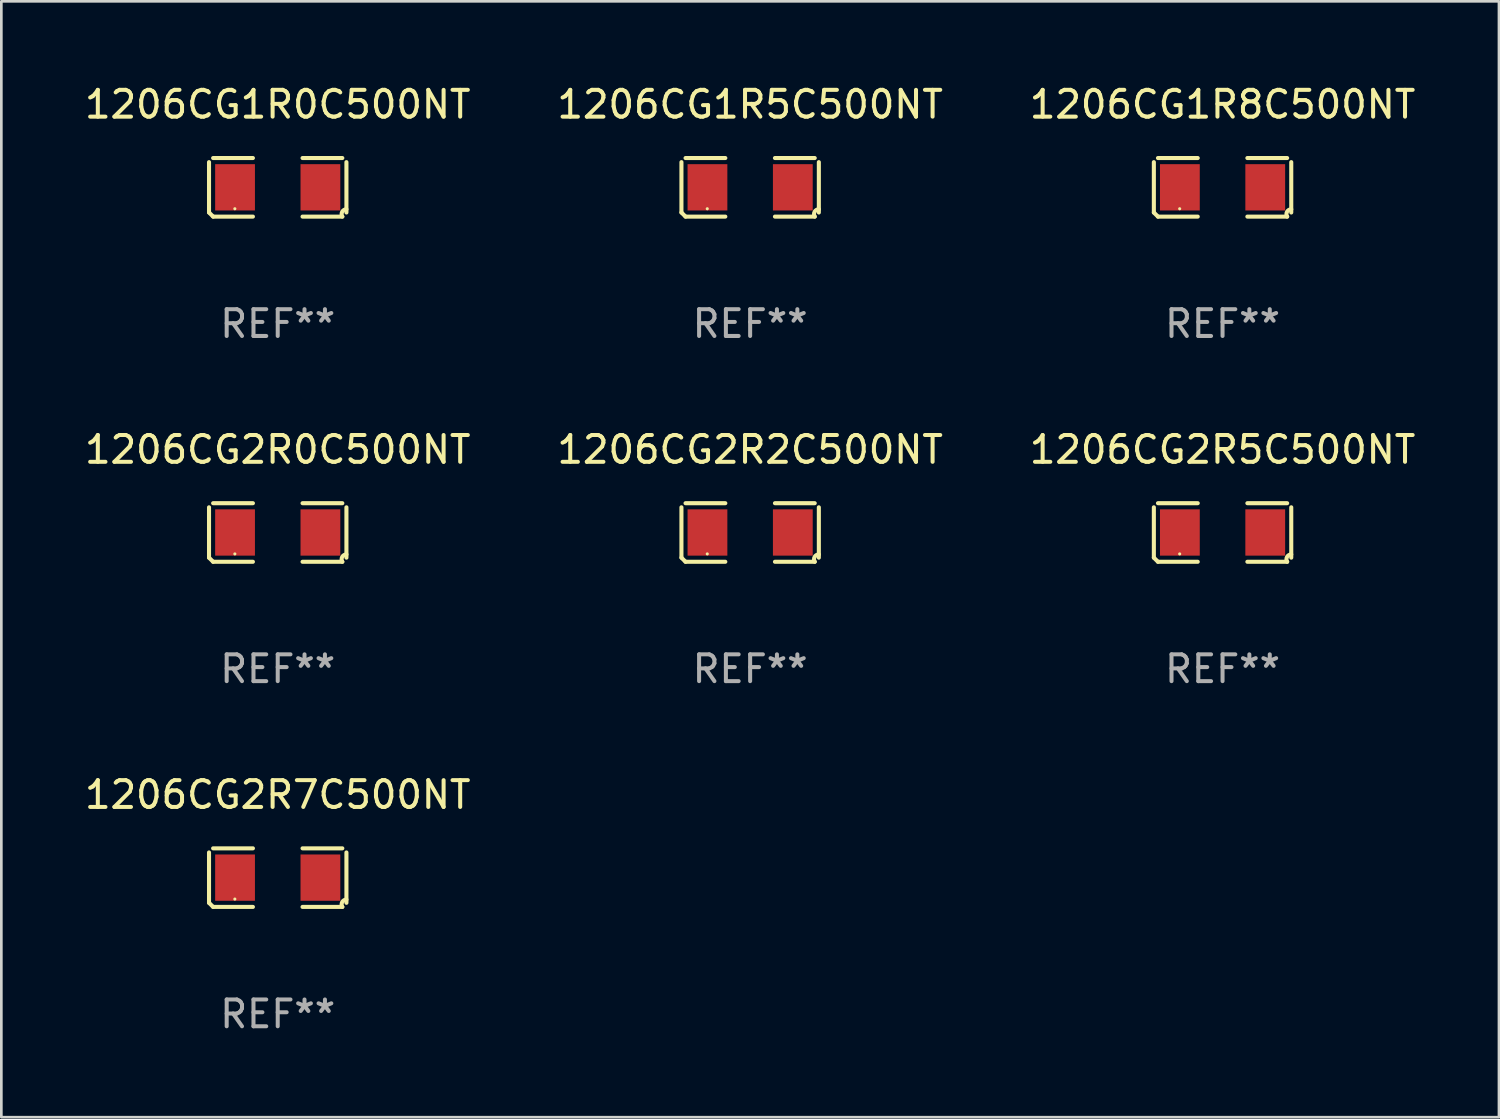
<source format=kicad_pcb>
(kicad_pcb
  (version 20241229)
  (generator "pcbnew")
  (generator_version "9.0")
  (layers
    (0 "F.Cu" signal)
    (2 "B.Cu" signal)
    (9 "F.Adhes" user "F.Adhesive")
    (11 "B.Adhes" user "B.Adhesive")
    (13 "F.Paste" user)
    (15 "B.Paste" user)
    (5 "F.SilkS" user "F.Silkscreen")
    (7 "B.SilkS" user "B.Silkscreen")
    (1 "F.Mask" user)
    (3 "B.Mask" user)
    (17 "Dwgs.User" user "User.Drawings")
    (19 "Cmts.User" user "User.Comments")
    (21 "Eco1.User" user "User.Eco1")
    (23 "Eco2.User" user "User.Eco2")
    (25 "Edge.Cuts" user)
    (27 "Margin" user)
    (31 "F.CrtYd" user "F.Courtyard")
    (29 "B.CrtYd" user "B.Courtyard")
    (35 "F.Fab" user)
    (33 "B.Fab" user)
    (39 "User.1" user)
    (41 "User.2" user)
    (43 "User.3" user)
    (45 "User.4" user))
  (footprint "1206CG1R0C500NT"
    (layer "F.Cu")
    (at 7.315 3.941)
    (property "Reference" "1206CG1R0C500NT" (at 0 -3.093 0) (layer "F.SilkS") (effects (font (size 1 1) (thickness 0.15))))
    (attr through_hole)
    (fp_line (start -2.564 0.94) (end -2.564 -0.94) (stroke (width 0.152) (type solid)) (layer "F.SilkS"))
    (fp_line (start -2.411 -1.093) (end -0.926 -1.093) (stroke (width 0.152) (type solid)) (layer "F.SilkS"))
    (fp_line (start -0.926 1.093) (end -2.411 1.093) (stroke (width 0.152) (type solid)) (layer "F.SilkS"))
    (fp_line (start 0.926 1.093) (end 2.411 1.093) (stroke (width 0.152) (type solid)) (layer "F.SilkS"))
    (fp_line (start 2.411 -1.093) (end 0.926 -1.093) (stroke (width 0.152) (type solid)) (layer "F.SilkS"))
    (fp_line (start 2.564 0.94) (end 2.564 -0.94) (stroke (width 0.152) (type solid)) (layer "F.SilkS"))
    (fp_arc (start -2.411201 1.092609) (mid -2.487413 1.01642) (end -2.563602 0.940208) (stroke (width 0.1524) (type solid)) (layer "F.SilkS"))
    (fp_arc (start 2.411201 1.092609) (mid 2.407159 0.911226) (end 2.563602 0.819347) (stroke (width 0.1524) (type solid)) (layer "F.SilkS"))
    (fp_circle (center -1.6 0.8) (end -1.57 0.8) (stroke (width 0.06) (type solid)) (fill no) (layer "F.SilkS"))
    (fp_text user "REF**" (at 0 5.093 0) (layer "F.Fab") (effects (font (size 1 1) (thickness 0.15))))
    (pad "1" smd rect (at -1.593 0) (size 1.485 1.728) (layers "F.Cu" "F.Mask" "F.Paste"))
    (pad "2" smd rect (at 1.593 0) (size 1.485 1.728) (layers "F.Cu" "F.Mask" "F.Paste")))
  (footprint "1206CG2R5C500NT"
    (layer "F.Cu")
    (at 42.577 16.823)
    (property "Reference" "1206CG2R5C500NT" (at 0 -3.093 0) (layer "F.SilkS") (effects (font (size 1 1) (thickness 0.15))))
    (attr through_hole)
    (fp_line (start -2.564 0.94) (end -2.564 -0.94) (stroke (width 0.152) (type solid)) (layer "F.SilkS"))
    (fp_line (start -2.411 -1.093) (end -0.926 -1.093) (stroke (width 0.152) (type solid)) (layer "F.SilkS"))
    (fp_line (start -0.926 1.093) (end -2.411 1.093) (stroke (width 0.152) (type solid)) (layer "F.SilkS"))
    (fp_line (start 0.926 1.093) (end 2.411 1.093) (stroke (width 0.152) (type solid)) (layer "F.SilkS"))
    (fp_line (start 2.411 -1.093) (end 0.926 -1.093) (stroke (width 0.152) (type solid)) (layer "F.SilkS"))
    (fp_line (start 2.564 0.94) (end 2.564 -0.94) (stroke (width 0.152) (type solid)) (layer "F.SilkS"))
    (fp_arc (start -2.411201 1.092609) (mid -2.487413 1.01642) (end -2.563602 0.940208) (stroke (width 0.1524) (type solid)) (layer "F.SilkS"))
    (fp_arc (start 2.411201 1.092609) (mid 2.407159 0.911226) (end 2.563602 0.819347) (stroke (width 0.1524) (type solid)) (layer "F.SilkS"))
    (fp_circle (center -1.6 0.8) (end -1.57 0.8) (stroke (width 0.06) (type solid)) (fill no) (layer "F.SilkS"))
    (fp_text user "REF**" (at 0 5.093 0) (layer "F.Fab") (effects (font (size 1 1) (thickness 0.15))))
    (pad "1" smd rect (at -1.593 0) (size 1.485 1.728) (layers "F.Cu" "F.Mask" "F.Paste"))
    (pad "2" smd rect (at 1.593 0) (size 1.485 1.728) (layers "F.Cu" "F.Mask" "F.Paste")))
  (footprint "1206CG2R7C500NT"
    (layer "F.Cu")
    (at 7.315 29.704)
    (property "Reference" "1206CG2R7C500NT" (at 0 -3.093 0) (layer "F.SilkS") (effects (font (size 1 1) (thickness 0.15))))
    (attr through_hole)
    (fp_line (start -2.564 0.94) (end -2.564 -0.94) (stroke (width 0.152) (type solid)) (layer "F.SilkS"))
    (fp_line (start -2.411 -1.093) (end -0.926 -1.093) (stroke (width 0.152) (type solid)) (layer "F.SilkS"))
    (fp_line (start -0.926 1.093) (end -2.411 1.093) (stroke (width 0.152) (type solid)) (layer "F.SilkS"))
    (fp_line (start 0.926 1.093) (end 2.411 1.093) (stroke (width 0.152) (type solid)) (layer "F.SilkS"))
    (fp_line (start 2.411 -1.093) (end 0.926 -1.093) (stroke (width 0.152) (type solid)) (layer "F.SilkS"))
    (fp_line (start 2.564 0.94) (end 2.564 -0.94) (stroke (width 0.152) (type solid)) (layer "F.SilkS"))
    (fp_arc (start -2.411201 1.092609) (mid -2.487413 1.01642) (end -2.563602 0.940208) (stroke (width 0.1524) (type solid)) (layer "F.SilkS"))
    (fp_arc (start 2.411201 1.092609) (mid 2.407159 0.911226) (end 2.563602 0.819347) (stroke (width 0.1524) (type solid)) (layer "F.SilkS"))
    (fp_circle (center -1.6 0.8) (end -1.57 0.8) (stroke (width 0.06) (type solid)) (fill no) (layer "F.SilkS"))
    (fp_text user "REF**" (at 0 5.093 0) (layer "F.Fab") (effects (font (size 1 1) (thickness 0.15))))
    (pad "1" smd rect (at -1.593 0) (size 1.485 1.728) (layers "F.Cu" "F.Mask" "F.Paste"))
    (pad "2" smd rect (at 1.593 0) (size 1.485 1.728) (layers "F.Cu" "F.Mask" "F.Paste")))
  (footprint "1206CG1R5C500NT"
    (layer "F.Cu")
    (at 24.946 3.941)
    (property "Reference" "1206CG1R5C500NT" (at 0 -3.093 0) (layer "F.SilkS") (effects (font (size 1 1) (thickness 0.15))))
    (attr through_hole)
    (fp_line (start -2.564 0.94) (end -2.564 -0.94) (stroke (width 0.152) (type solid)) (layer "F.SilkS"))
    (fp_line (start -2.411 -1.093) (end -0.926 -1.093) (stroke (width 0.152) (type solid)) (layer "F.SilkS"))
    (fp_line (start -0.926 1.093) (end -2.411 1.093) (stroke (width 0.152) (type solid)) (layer "F.SilkS"))
    (fp_line (start 0.926 1.093) (end 2.411 1.093) (stroke (width 0.152) (type solid)) (layer "F.SilkS"))
    (fp_line (start 2.411 -1.093) (end 0.926 -1.093) (stroke (width 0.152) (type solid)) (layer "F.SilkS"))
    (fp_line (start 2.564 0.94) (end 2.564 -0.94) (stroke (width 0.152) (type solid)) (layer "F.SilkS"))
    (fp_arc (start -2.411201 1.092609) (mid -2.487413 1.01642) (end -2.563602 0.940208) (stroke (width 0.1524) (type solid)) (layer "F.SilkS"))
    (fp_arc (start 2.411201 1.092609) (mid 2.407159 0.911226) (end 2.563602 0.819347) (stroke (width 0.1524) (type solid)) (layer "F.SilkS"))
    (fp_circle (center -1.6 0.8) (end -1.57 0.8) (stroke (width 0.06) (type solid)) (fill no) (layer "F.SilkS"))
    (fp_text user "REF**" (at 0 5.093 0) (layer "F.Fab") (effects (font (size 1 1) (thickness 0.15))))
    (pad "1" smd rect (at -1.593 0) (size 1.485 1.728) (layers "F.Cu" "F.Mask" "F.Paste"))
    (pad "2" smd rect (at 1.593 0) (size 1.485 1.728) (layers "F.Cu" "F.Mask" "F.Paste")))
  (footprint "1206CG1R8C500NT"
    (layer "F.Cu")
    (at 42.577 3.941)
    (property "Reference" "1206CG1R8C500NT" (at 0 -3.093 0) (layer "F.SilkS") (effects (font (size 1 1) (thickness 0.15))))
    (attr through_hole)
    (fp_line (start -2.564 0.94) (end -2.564 -0.94) (stroke (width 0.152) (type solid)) (layer "F.SilkS"))
    (fp_line (start -2.411 -1.093) (end -0.926 -1.093) (stroke (width 0.152) (type solid)) (layer "F.SilkS"))
    (fp_line (start -0.926 1.093) (end -2.411 1.093) (stroke (width 0.152) (type solid)) (layer "F.SilkS"))
    (fp_line (start 0.926 1.093) (end 2.411 1.093) (stroke (width 0.152) (type solid)) (layer "F.SilkS"))
    (fp_line (start 2.411 -1.093) (end 0.926 -1.093) (stroke (width 0.152) (type solid)) (layer "F.SilkS"))
    (fp_line (start 2.564 0.94) (end 2.564 -0.94) (stroke (width 0.152) (type solid)) (layer "F.SilkS"))
    (fp_arc (start -2.411201 1.092609) (mid -2.487413 1.01642) (end -2.563602 0.940208) (stroke (width 0.1524) (type solid)) (layer "F.SilkS"))
    (fp_arc (start 2.411201 1.092609) (mid 2.407159 0.911226) (end 2.563602 0.819347) (stroke (width 0.1524) (type solid)) (layer "F.SilkS"))
    (fp_circle (center -1.6 0.8) (end -1.57 0.8) (stroke (width 0.06) (type solid)) (fill no) (layer "F.SilkS"))
    (fp_text user "REF**" (at 0 5.093 0) (layer "F.Fab") (effects (font (size 1 1) (thickness 0.15))))
    (pad "1" smd rect (at -1.593 0) (size 1.485 1.728) (layers "F.Cu" "F.Mask" "F.Paste"))
    (pad "2" smd rect (at 1.593 0) (size 1.485 1.728) (layers "F.Cu" "F.Mask" "F.Paste")))
  (footprint "1206CG2R2C500NT"
    (layer "F.Cu")
    (at 24.946 16.823)
    (property "Reference" "1206CG2R2C500NT" (at 0 -3.093 0) (layer "F.SilkS") (effects (font (size 1 1) (thickness 0.15))))
    (attr through_hole)
    (fp_line (start -2.564 0.94) (end -2.564 -0.94) (stroke (width 0.152) (type solid)) (layer "F.SilkS"))
    (fp_line (start -2.411 -1.093) (end -0.926 -1.093) (stroke (width 0.152) (type solid)) (layer "F.SilkS"))
    (fp_line (start -0.926 1.093) (end -2.411 1.093) (stroke (width 0.152) (type solid)) (layer "F.SilkS"))
    (fp_line (start 0.926 1.093) (end 2.411 1.093) (stroke (width 0.152) (type solid)) (layer "F.SilkS"))
    (fp_line (start 2.411 -1.093) (end 0.926 -1.093) (stroke (width 0.152) (type solid)) (layer "F.SilkS"))
    (fp_line (start 2.564 0.94) (end 2.564 -0.94) (stroke (width 0.152) (type solid)) (layer "F.SilkS"))
    (fp_arc (start -2.411201 1.092609) (mid -2.487413 1.01642) (end -2.563602 0.940208) (stroke (width 0.1524) (type solid)) (layer "F.SilkS"))
    (fp_arc (start 2.411201 1.092609) (mid 2.407159 0.911226) (end 2.563602 0.819347) (stroke (width 0.1524) (type solid)) (layer "F.SilkS"))
    (fp_circle (center -1.6 0.8) (end -1.57 0.8) (stroke (width 0.06) (type solid)) (fill no) (layer "F.SilkS"))
    (fp_text user "REF**" (at 0 5.093 0) (layer "F.Fab") (effects (font (size 1 1) (thickness 0.15))))
    (pad "1" smd rect (at -1.593 0) (size 1.485 1.728) (layers "F.Cu" "F.Mask" "F.Paste"))
    (pad "2" smd rect (at 1.593 0) (size 1.485 1.728) (layers "F.Cu" "F.Mask" "F.Paste")))
  (footprint "1206CG2R0C500NT"
    (layer "F.Cu")
    (at 7.315 16.823)
    (property "Reference" "1206CG2R0C500NT" (at 0 -3.093 0) (layer "F.SilkS") (effects (font (size 1 1) (thickness 0.15))))
    (attr through_hole)
    (fp_line (start -2.564 0.94) (end -2.564 -0.94) (stroke (width 0.152) (type solid)) (layer "F.SilkS"))
    (fp_line (start -2.411 -1.093) (end -0.926 -1.093) (stroke (width 0.152) (type solid)) (layer "F.SilkS"))
    (fp_line (start -0.926 1.093) (end -2.411 1.093) (stroke (width 0.152) (type solid)) (layer "F.SilkS"))
    (fp_line (start 0.926 1.093) (end 2.411 1.093) (stroke (width 0.152) (type solid)) (layer "F.SilkS"))
    (fp_line (start 2.411 -1.093) (end 0.926 -1.093) (stroke (width 0.152) (type solid)) (layer "F.SilkS"))
    (fp_line (start 2.564 0.94) (end 2.564 -0.94) (stroke (width 0.152) (type solid)) (layer "F.SilkS"))
    (fp_arc (start -2.411201 1.092609) (mid -2.487413 1.01642) (end -2.563602 0.940208) (stroke (width 0.1524) (type solid)) (layer "F.SilkS"))
    (fp_arc (start 2.411201 1.092609) (mid 2.407159 0.911226) (end 2.563602 0.819347) (stroke (width 0.1524) (type solid)) (layer "F.SilkS"))
    (fp_circle (center -1.6 0.8) (end -1.57 0.8) (stroke (width 0.06) (type solid)) (fill no) (layer "F.SilkS"))
    (fp_text user "REF**" (at 0 5.093 0) (layer "F.Fab") (effects (font (size 1 1) (thickness 0.15))))
    (pad "1" smd rect (at -1.593 0) (size 1.485 1.728) (layers "F.Cu" "F.Mask" "F.Paste"))
    (pad "2" smd rect (at 1.593 0) (size 1.485 1.728) (layers "F.Cu" "F.Mask" "F.Paste")))
  (gr_rect
    (start -3 -3)
    (end 52.893 38.645)
    (stroke (width 0.1) (type default))
    (fill no)
    (layer "Edge.Cuts")))
</source>
